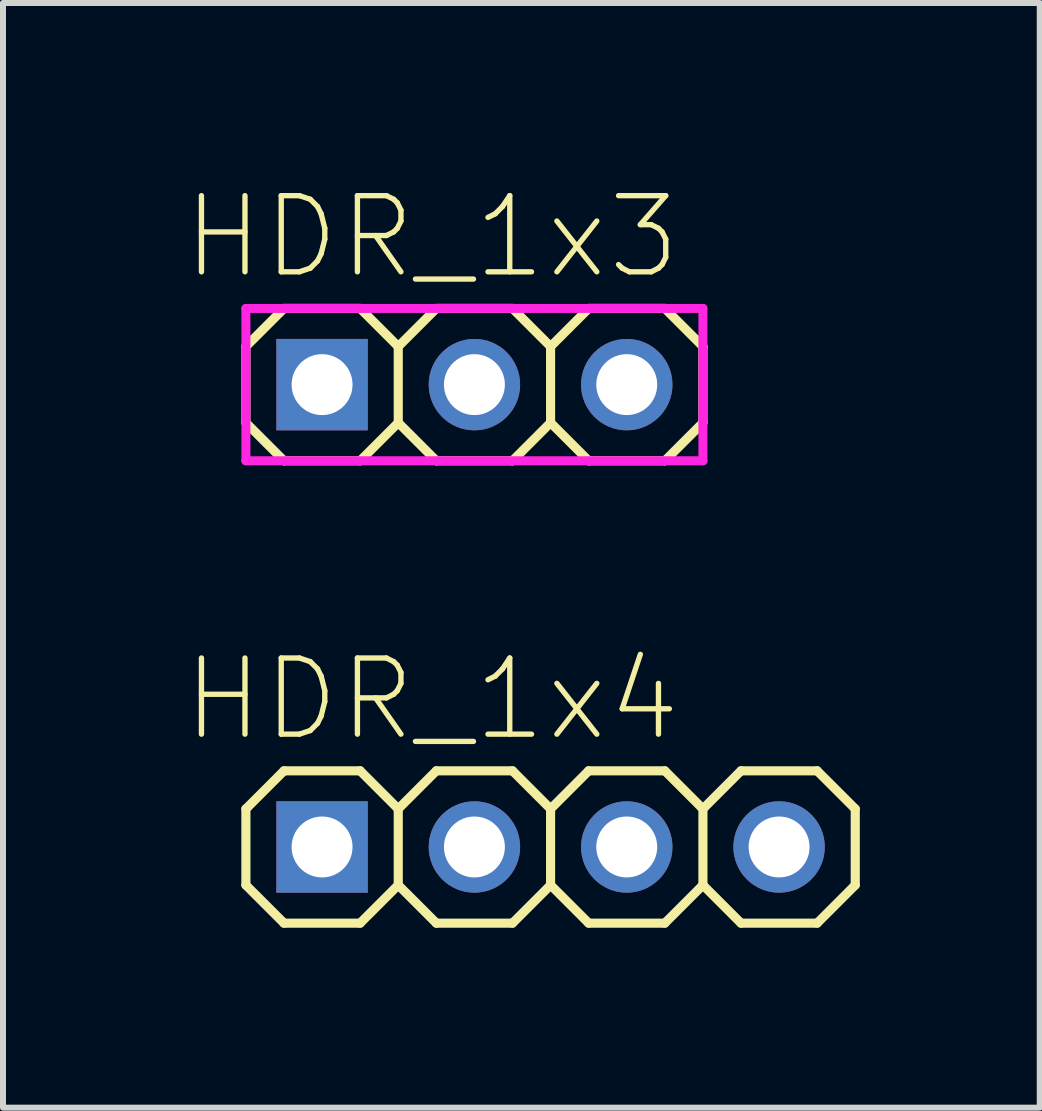
<source format=kicad_pcb>
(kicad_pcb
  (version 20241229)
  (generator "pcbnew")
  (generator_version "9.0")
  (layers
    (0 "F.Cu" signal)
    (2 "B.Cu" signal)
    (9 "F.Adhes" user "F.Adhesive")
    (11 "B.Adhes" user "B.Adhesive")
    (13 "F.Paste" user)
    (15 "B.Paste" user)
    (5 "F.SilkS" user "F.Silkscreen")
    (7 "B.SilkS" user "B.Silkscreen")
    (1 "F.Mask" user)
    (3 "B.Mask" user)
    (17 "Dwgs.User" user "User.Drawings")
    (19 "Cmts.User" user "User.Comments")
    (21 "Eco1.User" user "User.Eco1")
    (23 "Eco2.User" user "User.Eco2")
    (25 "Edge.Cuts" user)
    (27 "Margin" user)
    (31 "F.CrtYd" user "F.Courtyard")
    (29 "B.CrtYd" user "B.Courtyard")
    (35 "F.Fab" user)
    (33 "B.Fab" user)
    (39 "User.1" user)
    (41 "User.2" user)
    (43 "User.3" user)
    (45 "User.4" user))
  (footprint "HDR_1x3"
    (layer "F.Cu")
    (at 4.86 3.363)
    (property "Reference" "HDR_1x3" (at -0.711 -2.464 0) (layer "F.SilkS") (effects (font (size 1.27 1.27) (thickness 0.089))))
    (attr exclude_from_pos_files exclude_from_bom)
    (fp_line (start -3.81 -0.635) (end -3.81 0.635) (stroke (width 0.152) (type solid)) (layer "F.SilkS"))
    (fp_line (start -3.81 0.635) (end -3.175 1.27) (stroke (width 0.152) (type solid)) (layer "F.SilkS"))
    (fp_line (start -3.175 -1.27) (end -3.81 -0.635) (stroke (width 0.152) (type solid)) (layer "F.SilkS"))
    (fp_line (start -3.175 -1.27) (end -1.905 -1.27) (stroke (width 0.152) (type solid)) (layer "F.SilkS"))
    (fp_line (start -1.905 -1.27) (end -1.27 -0.635) (stroke (width 0.152) (type solid)) (layer "F.SilkS"))
    (fp_line (start -1.905 1.27) (end -3.175 1.27) (stroke (width 0.152) (type solid)) (layer "F.SilkS"))
    (fp_line (start -1.27 -0.635) (end -1.27 0.635) (stroke (width 0.152) (type solid)) (layer "F.SilkS"))
    (fp_line (start -1.27 -0.635) (end -0.635 -1.27) (stroke (width 0.152) (type solid)) (layer "F.SilkS"))
    (fp_line (start -1.27 0.635) (end -1.905 1.27) (stroke (width 0.152) (type solid)) (layer "F.SilkS"))
    (fp_line (start -0.635 -1.27) (end 0.635 -1.27) (stroke (width 0.152) (type solid)) (layer "F.SilkS"))
    (fp_line (start -0.635 1.27) (end -1.27 0.635) (stroke (width 0.152) (type solid)) (layer "F.SilkS"))
    (fp_line (start 0.635 -1.27) (end 1.27 -0.635) (stroke (width 0.152) (type solid)) (layer "F.SilkS"))
    (fp_line (start 0.635 1.27) (end -0.635 1.27) (stroke (width 0.152) (type solid)) (layer "F.SilkS"))
    (fp_line (start 1.27 -0.635) (end 1.27 0.635) (stroke (width 0.152) (type solid)) (layer "F.SilkS"))
    (fp_line (start 1.27 -0.635) (end 1.905 -1.27) (stroke (width 0.152) (type solid)) (layer "F.SilkS"))
    (fp_line (start 1.27 0.635) (end 0.635 1.27) (stroke (width 0.152) (type solid)) (layer "F.SilkS"))
    (fp_line (start 1.905 -1.27) (end 3.175 -1.27) (stroke (width 0.152) (type solid)) (layer "F.SilkS"))
    (fp_line (start 1.905 1.27) (end 1.27 0.635) (stroke (width 0.152) (type solid)) (layer "F.SilkS"))
    (fp_line (start 3.175 -1.27) (end 3.81 -0.635) (stroke (width 0.152) (type solid)) (layer "F.SilkS"))
    (fp_line (start 3.175 1.27) (end 1.905 1.27) (stroke (width 0.152) (type solid)) (layer "F.SilkS"))
    (fp_line (start 3.81 -0.635) (end 3.81 0.635) (stroke (width 0.152) (type solid)) (layer "F.SilkS"))
    (fp_line (start 3.81 0.635) (end 3.175 1.27) (stroke (width 0.152) (type solid)) (layer "F.SilkS"))
    (fp_line (start -3.81 -1.27) (end -3.81 1.27) (stroke (width 0.15) (type solid)) (layer "F.CrtYd"))
    (fp_line (start -3.81 1.27) (end 3.81 1.27) (stroke (width 0.15) (type solid)) (layer "F.CrtYd"))
    (fp_line (start 3.81 -1.27) (end -3.81 -1.27) (stroke (width 0.15) (type solid)) (layer "F.CrtYd"))
    (fp_line (start 3.81 1.27) (end 3.81 -1.27) (stroke (width 0.15) (type solid)) (layer "F.CrtYd"))
    (fp_line (start -2.794 -0.254) (end -2.286 -0.254) (stroke (width 0.066) (type solid)) (layer "F.Fab"))
    (fp_line (start -2.794 0.254) (end -2.794 -0.254) (stroke (width 0.066) (type solid)) (layer "F.Fab"))
    (fp_line (start -2.794 0.254) (end -2.286 0.254) (stroke (width 0.066) (type solid)) (layer "F.Fab"))
    (fp_line (start -2.286 0.254) (end -2.286 -0.254) (stroke (width 0.066) (type solid)) (layer "F.Fab"))
    (fp_line (start -0.254 -0.254) (end 0.254 -0.254) (stroke (width 0.066) (type solid)) (layer "F.Fab"))
    (fp_line (start -0.254 0.254) (end -0.254 -0.254) (stroke (width 0.066) (type solid)) (layer "F.Fab"))
    (fp_line (start -0.254 0.254) (end 0.254 0.254) (stroke (width 0.066) (type solid)) (layer "F.Fab"))
    (fp_line (start 0.254 0.254) (end 0.254 -0.254) (stroke (width 0.066) (type solid)) (layer "F.Fab"))
    (fp_line (start 2.286 -0.254) (end 2.794 -0.254) (stroke (width 0.066) (type solid)) (layer "F.Fab"))
    (fp_line (start 2.286 0.254) (end 2.286 -0.254) (stroke (width 0.066) (type solid)) (layer "F.Fab"))
    (fp_line (start 2.286 0.254) (end 2.794 0.254) (stroke (width 0.066) (type solid)) (layer "F.Fab"))
    (fp_line (start 2.794 0.254) (end 2.794 -0.254) (stroke (width 0.066) (type solid)) (layer "F.Fab"))
    (pad "1" thru_hole rect (at -2.54 0) (size 1.524 1.524) (drill 1.016) (layers "*.Cu" "*.Mask"))
    (pad "2" thru_hole circle (at 0 0) (size 1.524 1.524) (drill 1.016) (layers "*.Cu" "*.Mask"))
    (pad "3" thru_hole circle (at 2.54 0) (size 1.524 1.524) (drill 1.016) (layers "*.Cu" "*.Mask")))
  (footprint "HDR_1x4"
    (layer "F.Cu")
    (at 6.13 11.072)
    (property "Reference" "HDR_1x4" (at -1.981 -2.464 0) (layer "F.SilkS") (effects (font (size 1.27 1.27) (thickness 0.089))))
    (attr exclude_from_pos_files exclude_from_bom)
    (fp_line (start -5.08 -0.635) (end -5.08 0.635) (stroke (width 0.152) (type solid)) (layer "F.SilkS"))
    (fp_line (start -5.08 0.635) (end -4.445 1.27) (stroke (width 0.152) (type solid)) (layer "F.SilkS"))
    (fp_line (start -4.445 -1.27) (end -5.08 -0.635) (stroke (width 0.152) (type solid)) (layer "F.SilkS"))
    (fp_line (start -4.445 -1.27) (end -3.175 -1.27) (stroke (width 0.152) (type solid)) (layer "F.SilkS"))
    (fp_line (start -3.175 -1.27) (end -2.54 -0.635) (stroke (width 0.152) (type solid)) (layer "F.SilkS"))
    (fp_line (start -3.175 1.27) (end -4.445 1.27) (stroke (width 0.152) (type solid)) (layer "F.SilkS"))
    (fp_line (start -2.54 -0.635) (end -2.54 0.635) (stroke (width 0.152) (type solid)) (layer "F.SilkS"))
    (fp_line (start -2.54 -0.635) (end -1.905 -1.27) (stroke (width 0.152) (type solid)) (layer "F.SilkS"))
    (fp_line (start -2.54 0.635) (end -3.175 1.27) (stroke (width 0.152) (type solid)) (layer "F.SilkS"))
    (fp_line (start -1.905 -1.27) (end -0.635 -1.27) (stroke (width 0.152) (type solid)) (layer "F.SilkS"))
    (fp_line (start -1.905 1.27) (end -2.54 0.635) (stroke (width 0.152) (type solid)) (layer "F.SilkS"))
    (fp_line (start -0.635 -1.27) (end 0 -0.635) (stroke (width 0.152) (type solid)) (layer "F.SilkS"))
    (fp_line (start -0.635 1.27) (end -1.905 1.27) (stroke (width 0.152) (type solid)) (layer "F.SilkS"))
    (fp_line (start 0 -0.635) (end 0 0.635) (stroke (width 0.152) (type solid)) (layer "F.SilkS"))
    (fp_line (start 0 -0.635) (end 0.635 -1.27) (stroke (width 0.152) (type solid)) (layer "F.SilkS"))
    (fp_line (start 0 0.635) (end -0.635 1.27) (stroke (width 0.152) (type solid)) (layer "F.SilkS"))
    (fp_line (start 0.635 -1.27) (end 1.905 -1.27) (stroke (width 0.152) (type solid)) (layer "F.SilkS"))
    (fp_line (start 0.635 1.27) (end 0 0.635) (stroke (width 0.152) (type solid)) (layer "F.SilkS"))
    (fp_line (start 1.905 -1.27) (end 2.54 -0.635) (stroke (width 0.152) (type solid)) (layer "F.SilkS"))
    (fp_line (start 1.905 1.27) (end 0.635 1.27) (stroke (width 0.152) (type solid)) (layer "F.SilkS"))
    (fp_line (start 2.54 -0.635) (end 2.54 0.635) (stroke (width 0.152) (type solid)) (layer "F.SilkS"))
    (fp_line (start 2.54 0.635) (end 1.905 1.27) (stroke (width 0.152) (type solid)) (layer "F.SilkS"))
    (fp_line (start 2.54 0.635) (end 3.175 1.27) (stroke (width 0.152) (type solid)) (layer "F.SilkS"))
    (fp_line (start 3.175 -1.27) (end 2.54 -0.635) (stroke (width 0.152) (type solid)) (layer "F.SilkS"))
    (fp_line (start 3.175 -1.27) (end 4.445 -1.27) (stroke (width 0.152) (type solid)) (layer "F.SilkS"))
    (fp_line (start 4.445 -1.27) (end 5.08 -0.635) (stroke (width 0.152) (type solid)) (layer "F.SilkS"))
    (fp_line (start 4.445 1.27) (end 3.175 1.27) (stroke (width 0.152) (type solid)) (layer "F.SilkS"))
    (fp_line (start 5.08 -0.635) (end 5.08 0.635) (stroke (width 0.152) (type solid)) (layer "F.SilkS"))
    (fp_line (start 5.08 0.635) (end 4.445 1.27) (stroke (width 0.152) (type solid)) (layer "F.SilkS"))
    (fp_line (start -4.064 -0.254) (end -3.556 -0.254) (stroke (width 0.066) (type solid)) (layer "F.Fab"))
    (fp_line (start -4.064 0.254) (end -4.064 -0.254) (stroke (width 0.066) (type solid)) (layer "F.Fab"))
    (fp_line (start -4.064 0.254) (end -3.556 0.254) (stroke (width 0.066) (type solid)) (layer "F.Fab"))
    (fp_line (start -3.556 0.254) (end -3.556 -0.254) (stroke (width 0.066) (type solid)) (layer "F.Fab"))
    (fp_line (start -1.524 -0.254) (end -1.016 -0.254) (stroke (width 0.066) (type solid)) (layer "F.Fab"))
    (fp_line (start -1.524 0.254) (end -1.524 -0.254) (stroke (width 0.066) (type solid)) (layer "F.Fab"))
    (fp_line (start -1.524 0.254) (end -1.016 0.254) (stroke (width 0.066) (type solid)) (layer "F.Fab"))
    (fp_line (start -1.016 0.254) (end -1.016 -0.254) (stroke (width 0.066) (type solid)) (layer "F.Fab"))
    (fp_line (start 1.016 -0.254) (end 1.524 -0.254) (stroke (width 0.066) (type solid)) (layer "F.Fab"))
    (fp_line (start 1.016 0.254) (end 1.016 -0.254) (stroke (width 0.066) (type solid)) (layer "F.Fab"))
    (fp_line (start 1.016 0.254) (end 1.524 0.254) (stroke (width 0.066) (type solid)) (layer "F.Fab"))
    (fp_line (start 1.524 0.254) (end 1.524 -0.254) (stroke (width 0.066) (type solid)) (layer "F.Fab"))
    (fp_line (start 3.556 -0.254) (end 4.064 -0.254) (stroke (width 0.066) (type solid)) (layer "F.Fab"))
    (fp_line (start 3.556 0.254) (end 3.556 -0.254) (stroke (width 0.066) (type solid)) (layer "F.Fab"))
    (fp_line (start 3.556 0.254) (end 4.064 0.254) (stroke (width 0.066) (type solid)) (layer "F.Fab"))
    (fp_line (start 4.064 0.254) (end 4.064 -0.254) (stroke (width 0.066) (type solid)) (layer "F.Fab"))
    (pad "1" thru_hole rect (at -3.81 0) (size 1.524 1.524) (drill 1.016) (layers "*.Cu" "*.Mask"))
    (pad "2" thru_hole circle (at -1.27 0) (size 1.524 1.524) (drill 1.016) (layers "*.Cu" "*.Mask"))
    (pad "3" thru_hole circle (at 1.27 0) (size 1.524 1.524) (drill 1.016) (layers "*.Cu" "*.Mask"))
    (pad "4" thru_hole circle (at 3.81 0) (size 1.524 1.524) (drill 1.016) (layers "*.Cu" "*.Mask")))
  (gr_rect
    (start -3 -3)
    (end 14.286 15.418)
    (stroke (width 0.1) (type default))
    (fill no)
    (layer "Edge.Cuts")))
</source>
